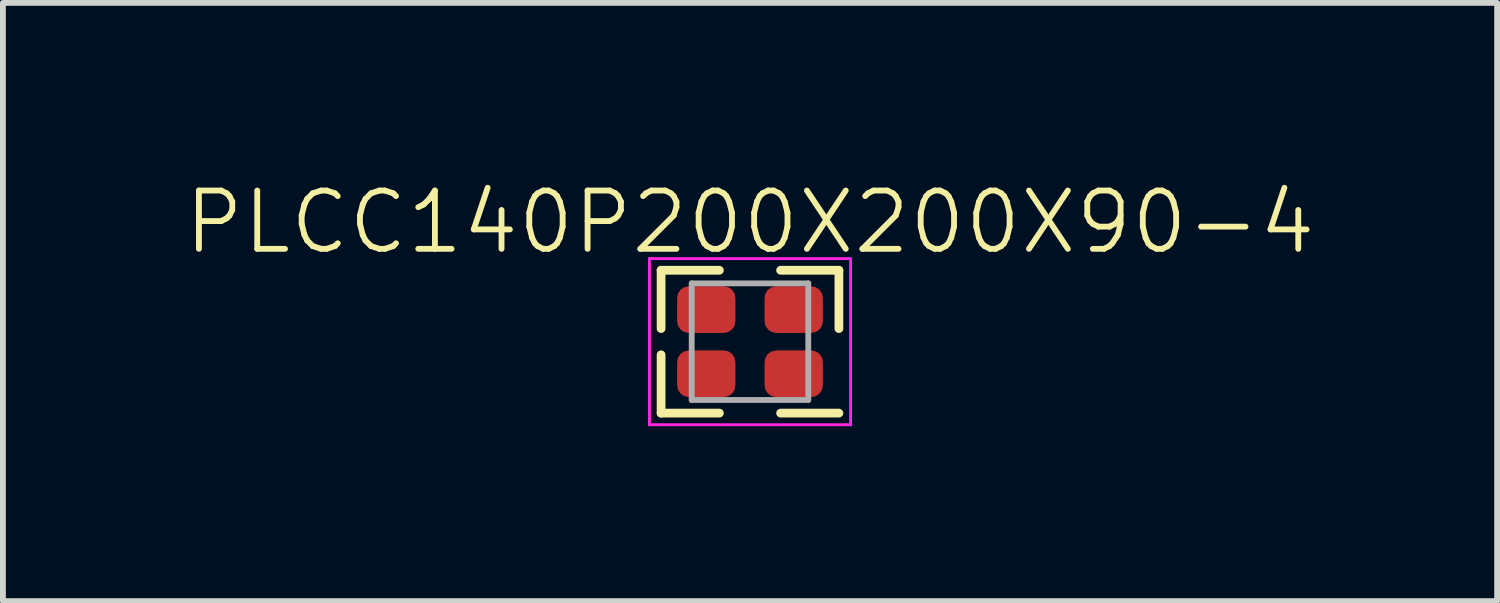
<source format=kicad_pcb>
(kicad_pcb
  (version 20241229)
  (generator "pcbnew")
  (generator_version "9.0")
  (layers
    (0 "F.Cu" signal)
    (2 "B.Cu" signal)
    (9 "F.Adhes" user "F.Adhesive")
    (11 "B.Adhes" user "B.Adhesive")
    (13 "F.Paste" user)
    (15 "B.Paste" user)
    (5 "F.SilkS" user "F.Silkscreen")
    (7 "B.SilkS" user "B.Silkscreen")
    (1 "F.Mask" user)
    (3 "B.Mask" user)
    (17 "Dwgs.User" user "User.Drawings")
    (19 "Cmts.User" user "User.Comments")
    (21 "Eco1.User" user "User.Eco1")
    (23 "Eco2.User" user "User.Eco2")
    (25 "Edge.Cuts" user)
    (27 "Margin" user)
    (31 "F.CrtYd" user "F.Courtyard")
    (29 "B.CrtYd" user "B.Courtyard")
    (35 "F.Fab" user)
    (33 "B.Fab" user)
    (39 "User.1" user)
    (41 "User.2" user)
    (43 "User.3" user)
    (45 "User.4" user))
  (footprint "PLCC140P200X200X90-4"
    (layer "F.Cu")
    (at 9.815 2.811)
    (property "Reference" "PLCC140P200X200X90-4" (at 0 -2.05 0) (unlocked yes) (layer "F.SilkS") (effects (font (size 1 1) (thickness 0.1))))
    (attr smd)
    (fp_line (start -1.525 -1.225) (end -1.525 -0.225) (stroke (width 0.15) (type default)) (layer "F.SilkS"))
    (fp_line (start -1.525 -1.225) (end -0.525 -1.225) (stroke (width 0.15) (type default)) (layer "F.SilkS"))
    (fp_line (start -1.525 0.225) (end -1.525 1.225) (stroke (width 0.15) (type default)) (layer "F.SilkS"))
    (fp_line (start -1.525 1.225) (end -0.525 1.225) (stroke (width 0.15) (type default)) (layer "F.SilkS"))
    (fp_line (start 0.525 -1.225) (end 1.525 -1.225) (stroke (width 0.15) (type default)) (layer "F.SilkS"))
    (fp_line (start 0.525 1.225) (end 1.525 1.225) (stroke (width 0.15) (type default)) (layer "F.SilkS"))
    (fp_line (start 1.525 -1.225) (end 1.525 -0.225) (stroke (width 0.15) (type default)) (layer "F.SilkS"))
    (fp_line (start -1.725 -1.425) (end -1.725 1.425) (stroke (width 0.05) (type default)) (layer "F.CrtYd"))
    (fp_line (start -1.725 -1.425) (end 1.725 -1.425) (stroke (width 0.05) (type default)) (layer "F.CrtYd"))
    (fp_line (start -1.725 1.425) (end 1.725 1.425) (stroke (width 0.05) (type default)) (layer "F.CrtYd"))
    (fp_line (start 1.725 -1.425) (end 1.725 1.425) (stroke (width 0.05) (type default)) (layer "F.CrtYd"))
    (fp_line (start -1 -1) (end -1 1) (stroke (width 0.1) (type default)) (layer "F.Fab"))
    (fp_line (start -1 -1) (end 1 -1) (stroke (width 0.1) (type default)) (layer "F.Fab"))
    (fp_line (start -1 1) (end 1 1) (stroke (width 0.1) (type default)) (layer "F.Fab"))
    (fp_line (start 1 -1) (end 1 1) (stroke (width 0.1) (type default)) (layer "F.Fab"))
    (fp_line (start -1 -1) (end -1 1) (stroke (width 0.1) (type default)) (layer "User.2"))
    (fp_line (start -1 1) (end 1 1) (stroke (width 0.1) (type default)) (layer "User.2"))
    (fp_line (start -0.35 0) (end 0.35 0) (stroke (width 0.1) (type default)) (layer "User.2"))
    (fp_line (start 0 0.35) (end 0 -0.35) (stroke (width 0.1) (type default)) (layer "User.2"))
    (fp_line (start 1 -1) (end -1 -1) (stroke (width 0.1) (type default)) (layer "User.2"))
    (fp_line (start 1 1) (end 1 -1) (stroke (width 0.1) (type default)) (layer "User.2"))
    (fp_circle (center 0 0) (end 0 0.25) (stroke (width 0.1) (type default)) (fill no) (layer "User.2"))
    (fp_text user "${REFERENCE}" (at 0 0 0) (unlocked yes) (layer "User.3") (effects (font (size 1 1) (thickness 0.15))))
    (pad "1" smd roundrect (at 0.75 0.55) (size 1 0.8) (layers "F.Cu" "F.Mask" "F.Paste") (roundrect_rratio 0.25))
    (pad "2" smd roundrect (at -0.75 0.55) (size 1 0.8) (layers "F.Cu" "F.Mask" "F.Paste") (roundrect_rratio 0.25))
    (pad "3" smd roundrect (at -0.75 -0.55) (size 1 0.8) (layers "F.Cu" "F.Mask" "F.Paste") (roundrect_rratio 0.25))
    (pad "4" smd roundrect (at 0.75 -0.55) (size 1 0.8) (layers "F.Cu" "F.Mask" "F.Paste") (roundrect_rratio 0.25)))
  (gr_rect
    (start -3 -3)
    (end 22.631 7.261)
    (stroke (width 0.1) (type default))
    (fill no)
    (layer "Edge.Cuts")))
</source>
